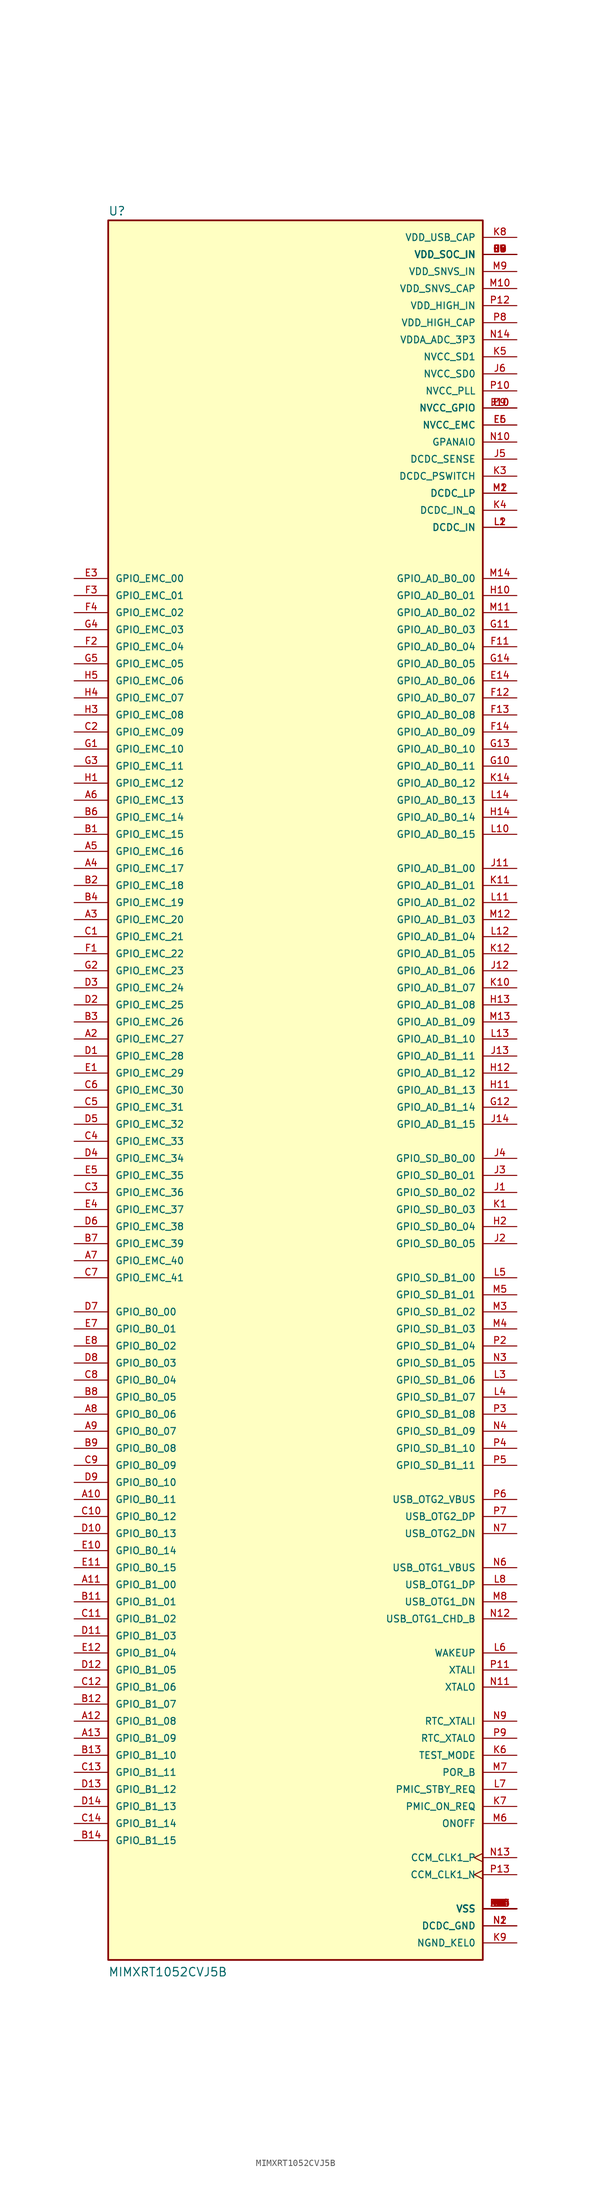
<source format=kicad_sym>
(kicad_symbol_lib
  (version 20231120)
  (generator "kicad_symbol_editor")
  (generator_version "8.0")
  (symbol "MIMXRT1052CVJ5B"
    (pin_names
      (offset 1.016))
    (property "Reference" "U"
      (at -27.94 130.175 0)
      (effects (font (size 1.27 1.27)) (justify left bottom)))
    (property "Value" "MIMXRT1052CVJ5B"
      (at -27.94 -132.08 0)
      (effects (font (size 1.27 1.27)) (justify left bottom)))
    (symbol "MIMXRT1052CVJ5B_0_0"
      (rectangle (start -27.94 -129.54) (end 27.94 129.54) (stroke (width 0.254) (type default)) (fill (type background)))
      (pin power_in line (at 33.02 -121.92 180) (length 5.08) (name "VSS" (effects (font (size 1.016 1.016)))) (number "A1" (effects (font (size 1.016 1.016)))))
      (pin bidirectional line (at -33.02 -60.96 0) (length 5.08) (name "GPIO_B0_11" (effects (font (size 1.016 1.016)))) (number "A10" (effects (font (size 1.016 1.016)))))
      (pin bidirectional line (at -33.02 -73.66 0) (length 5.08) (name "GPIO_B1_00" (effects (font (size 1.016 1.016)))) (number "A11" (effects (font (size 1.016 1.016)))))
      (pin bidirectional line (at -33.02 -93.98 0) (length 5.08) (name "GPIO_B1_08" (effects (font (size 1.016 1.016)))) (number "A12" (effects (font (size 1.016 1.016)))))
      (pin bidirectional line (at -33.02 -96.52 0) (length 5.08) (name "GPIO_B1_09" (effects (font (size 1.016 1.016)))) (number "A13" (effects (font (size 1.016 1.016)))))
      (pin power_in line (at 33.02 -121.92 180) (length 5.08) (name "VSS" (effects (font (size 1.016 1.016)))) (number "A14" (effects (font (size 1.016 1.016)))))
      (pin bidirectional line (at -33.02 7.62 0) (length 5.08) (name "GPIO_EMC_27" (effects (font (size 1.016 1.016)))) (number "A2" (effects (font (size 1.016 1.016)))))
      (pin bidirectional line (at -33.02 25.4 0) (length 5.08) (name "GPIO_EMC_20" (effects (font (size 1.016 1.016)))) (number "A3" (effects (font (size 1.016 1.016)))))
      (pin bidirectional line (at -33.02 33.02 0) (length 5.08) (name "GPIO_EMC_17" (effects (font (size 1.016 1.016)))) (number "A4" (effects (font (size 1.016 1.016)))))
      (pin bidirectional line (at -33.02 35.56 0) (length 5.08) (name "GPIO_EMC_16" (effects (font (size 1.016 1.016)))) (number "A5" (effects (font (size 1.016 1.016)))))
      (pin bidirectional line (at -33.02 43.18 0) (length 5.08) (name "GPIO_EMC_13" (effects (font (size 1.016 1.016)))) (number "A6" (effects (font (size 1.016 1.016)))))
      (pin bidirectional line (at -33.02 -25.4 0) (length 5.08) (name "GPIO_EMC_40" (effects (font (size 1.016 1.016)))) (number "A7" (effects (font (size 1.016 1.016)))))
      (pin bidirectional line (at -33.02 -48.26 0) (length 5.08) (name "GPIO_B0_06" (effects (font (size 1.016 1.016)))) (number "A8" (effects (font (size 1.016 1.016)))))
      (pin bidirectional line (at -33.02 -50.8 0) (length 5.08) (name "GPIO_B0_07" (effects (font (size 1.016 1.016)))) (number "A9" (effects (font (size 1.016 1.016)))))
      (pin bidirectional line (at -33.02 38.1 0) (length 5.08) (name "GPIO_EMC_15" (effects (font (size 1.016 1.016)))) (number "B1" (effects (font (size 1.016 1.016)))))
      (pin power_in line (at 33.02 -121.92 180) (length 5.08) (name "VSS" (effects (font (size 1.016 1.016)))) (number "B10" (effects (font (size 1.016 1.016)))))
      (pin bidirectional line (at -33.02 -76.2 0) (length 5.08) (name "GPIO_B1_01" (effects (font (size 1.016 1.016)))) (number "B11" (effects (font (size 1.016 1.016)))))
      (pin bidirectional line (at -33.02 -91.44 0) (length 5.08) (name "GPIO_B1_07" (effects (font (size 1.016 1.016)))) (number "B12" (effects (font (size 1.016 1.016)))))
      (pin bidirectional line (at -33.02 -99.06 0) (length 5.08) (name "GPIO_B1_10" (effects (font (size 1.016 1.016)))) (number "B13" (effects (font (size 1.016 1.016)))))
      (pin bidirectional line (at -33.02 -111.76 0) (length 5.08) (name "GPIO_B1_15" (effects (font (size 1.016 1.016)))) (number "B14" (effects (font (size 1.016 1.016)))))
      (pin bidirectional line (at -33.02 30.48 0) (length 5.08) (name "GPIO_EMC_18" (effects (font (size 1.016 1.016)))) (number "B2" (effects (font (size 1.016 1.016)))))
      (pin bidirectional line (at -33.02 10.16 0) (length 5.08) (name "GPIO_EMC_26" (effects (font (size 1.016 1.016)))) (number "B3" (effects (font (size 1.016 1.016)))))
      (pin bidirectional line (at -33.02 27.94 0) (length 5.08) (name "GPIO_EMC_19" (effects (font (size 1.016 1.016)))) (number "B4" (effects (font (size 1.016 1.016)))))
      (pin power_in line (at 33.02 -121.92 180) (length 5.08) (name "VSS" (effects (font (size 1.016 1.016)))) (number "B5" (effects (font (size 1.016 1.016)))))
      (pin bidirectional line (at -33.02 40.64 0) (length 5.08) (name "GPIO_EMC_14" (effects (font (size 1.016 1.016)))) (number "B6" (effects (font (size 1.016 1.016)))))
      (pin bidirectional line (at -33.02 -22.86 0) (length 5.08) (name "GPIO_EMC_39" (effects (font (size 1.016 1.016)))) (number "B7" (effects (font (size 1.016 1.016)))))
      (pin bidirectional line (at -33.02 -45.72 0) (length 5.08) (name "GPIO_B0_05" (effects (font (size 1.016 1.016)))) (number "B8" (effects (font (size 1.016 1.016)))))
      (pin bidirectional line (at -33.02 -53.34 0) (length 5.08) (name "GPIO_B0_08" (effects (font (size 1.016 1.016)))) (number "B9" (effects (font (size 1.016 1.016)))))
      (pin bidirectional line (at -33.02 22.86 0) (length 5.08) (name "GPIO_EMC_21" (effects (font (size 1.016 1.016)))) (number "C1" (effects (font (size 1.016 1.016)))))
      (pin bidirectional line (at -33.02 -63.5 0) (length 5.08) (name "GPIO_B0_12" (effects (font (size 1.016 1.016)))) (number "C10" (effects (font (size 1.016 1.016)))))
      (pin bidirectional line (at -33.02 -78.74 0) (length 5.08) (name "GPIO_B1_02" (effects (font (size 1.016 1.016)))) (number "C11" (effects (font (size 1.016 1.016)))))
      (pin bidirectional line (at -33.02 -88.9 0) (length 5.08) (name "GPIO_B1_06" (effects (font (size 1.016 1.016)))) (number "C12" (effects (font (size 1.016 1.016)))))
      (pin bidirectional line (at -33.02 -101.6 0) (length 5.08) (name "GPIO_B1_11" (effects (font (size 1.016 1.016)))) (number "C13" (effects (font (size 1.016 1.016)))))
      (pin bidirectional line (at -33.02 -109.22 0) (length 5.08) (name "GPIO_B1_14" (effects (font (size 1.016 1.016)))) (number "C14" (effects (font (size 1.016 1.016)))))
      (pin bidirectional line (at -33.02 53.34 0) (length 5.08) (name "GPIO_EMC_09" (effects (font (size 1.016 1.016)))) (number "C2" (effects (font (size 1.016 1.016)))))
      (pin bidirectional line (at -33.02 -15.24 0) (length 5.08) (name "GPIO_EMC_36" (effects (font (size 1.016 1.016)))) (number "C3" (effects (font (size 1.016 1.016)))))
      (pin bidirectional line (at -33.02 -7.62 0) (length 5.08) (name "GPIO_EMC_33" (effects (font (size 1.016 1.016)))) (number "C4" (effects (font (size 1.016 1.016)))))
      (pin bidirectional line (at -33.02 -2.54 0) (length 5.08) (name "GPIO_EMC_31" (effects (font (size 1.016 1.016)))) (number "C5" (effects (font (size 1.016 1.016)))))
      (pin bidirectional line (at -33.02 0 0) (length 5.08) (name "GPIO_EMC_30" (effects (font (size 1.016 1.016)))) (number "C6" (effects (font (size 1.016 1.016)))))
      (pin bidirectional line (at -33.02 -27.94 0) (length 5.08) (name "GPIO_EMC_41" (effects (font (size 1.016 1.016)))) (number "C7" (effects (font (size 1.016 1.016)))))
      (pin bidirectional line (at -33.02 -43.18 0) (length 5.08) (name "GPIO_B0_04" (effects (font (size 1.016 1.016)))) (number "C8" (effects (font (size 1.016 1.016)))))
      (pin bidirectional line (at -33.02 -55.88 0) (length 5.08) (name "GPIO_B0_09" (effects (font (size 1.016 1.016)))) (number "C9" (effects (font (size 1.016 1.016)))))
      (pin bidirectional line (at -33.02 5.08 0) (length 5.08) (name "GPIO_EMC_28" (effects (font (size 1.016 1.016)))) (number "D1" (effects (font (size 1.016 1.016)))))
      (pin bidirectional line (at -33.02 -66.04 0) (length 5.08) (name "GPIO_B0_13" (effects (font (size 1.016 1.016)))) (number "D10" (effects (font (size 1.016 1.016)))))
      (pin bidirectional line (at -33.02 -81.28 0) (length 5.08) (name "GPIO_B1_03" (effects (font (size 1.016 1.016)))) (number "D11" (effects (font (size 1.016 1.016)))))
      (pin bidirectional line (at -33.02 -86.36 0) (length 5.08) (name "GPIO_B1_05" (effects (font (size 1.016 1.016)))) (number "D12" (effects (font (size 1.016 1.016)))))
      (pin bidirectional line (at -33.02 -104.14 0) (length 5.08) (name "GPIO_B1_12" (effects (font (size 1.016 1.016)))) (number "D13" (effects (font (size 1.016 1.016)))))
      (pin bidirectional line (at -33.02 -106.68 0) (length 5.08) (name "GPIO_B1_13" (effects (font (size 1.016 1.016)))) (number "D14" (effects (font (size 1.016 1.016)))))
      (pin bidirectional line (at -33.02 12.7 0) (length 5.08) (name "GPIO_EMC_25" (effects (font (size 1.016 1.016)))) (number "D2" (effects (font (size 1.016 1.016)))))
      (pin bidirectional line (at -33.02 15.24 0) (length 5.08) (name "GPIO_EMC_24" (effects (font (size 1.016 1.016)))) (number "D3" (effects (font (size 1.016 1.016)))))
      (pin bidirectional line (at -33.02 -10.16 0) (length 5.08) (name "GPIO_EMC_34" (effects (font (size 1.016 1.016)))) (number "D4" (effects (font (size 1.016 1.016)))))
      (pin bidirectional line (at -33.02 -5.08 0) (length 5.08) (name "GPIO_EMC_32" (effects (font (size 1.016 1.016)))) (number "D5" (effects (font (size 1.016 1.016)))))
      (pin bidirectional line (at -33.02 -20.32 0) (length 5.08) (name "GPIO_EMC_38" (effects (font (size 1.016 1.016)))) (number "D6" (effects (font (size 1.016 1.016)))))
      (pin bidirectional line (at -33.02 -33.02 0) (length 5.08) (name "GPIO_B0_00" (effects (font (size 1.016 1.016)))) (number "D7" (effects (font (size 1.016 1.016)))))
      (pin bidirectional line (at -33.02 -40.64 0) (length 5.08) (name "GPIO_B0_03" (effects (font (size 1.016 1.016)))) (number "D8" (effects (font (size 1.016 1.016)))))
      (pin bidirectional line (at -33.02 -58.42 0) (length 5.08) (name "GPIO_B0_10" (effects (font (size 1.016 1.016)))) (number "D9" (effects (font (size 1.016 1.016)))))
      (pin bidirectional line (at -33.02 2.54 0) (length 5.08) (name "GPIO_EMC_29" (effects (font (size 1.016 1.016)))) (number "E1" (effects (font (size 1.016 1.016)))))
      (pin bidirectional line (at -33.02 -68.58 0) (length 5.08) (name "GPIO_B0_14" (effects (font (size 1.016 1.016)))) (number "E10" (effects (font (size 1.016 1.016)))))
      (pin bidirectional line (at -33.02 -71.12 0) (length 5.08) (name "GPIO_B0_15" (effects (font (size 1.016 1.016)))) (number "E11" (effects (font (size 1.016 1.016)))))
      (pin bidirectional line (at -33.02 -83.82 0) (length 5.08) (name "GPIO_B1_04" (effects (font (size 1.016 1.016)))) (number "E12" (effects (font (size 1.016 1.016)))))
      (pin power_in line (at 33.02 -121.92 180) (length 5.08) (name "VSS" (effects (font (size 1.016 1.016)))) (number "E13" (effects (font (size 1.016 1.016)))))
      (pin bidirectional line (at 33.02 60.96 180) (length 5.08) (name "GPIO_AD_B0_06" (effects (font (size 1.016 1.016)))) (number "E14" (effects (font (size 1.016 1.016)))))
      (pin power_in line (at 33.02 -121.92 180) (length 5.08) (name "VSS" (effects (font (size 1.016 1.016)))) (number "E2" (effects (font (size 1.016 1.016)))))
      (pin bidirectional line (at -33.02 76.2 0) (length 5.08) (name "GPIO_EMC_00" (effects (font (size 1.016 1.016)))) (number "E3" (effects (font (size 1.016 1.016)))))
      (pin bidirectional line (at -33.02 -17.78 0) (length 5.08) (name "GPIO_EMC_37" (effects (font (size 1.016 1.016)))) (number "E4" (effects (font (size 1.016 1.016)))))
      (pin bidirectional line (at -33.02 -12.7 0) (length 5.08) (name "GPIO_EMC_35" (effects (font (size 1.016 1.016)))) (number "E5" (effects (font (size 1.016 1.016)))))
      (pin power_in line (at 33.02 99.06 180) (length 5.08) (name "NVCC_EMC" (effects (font (size 1.016 1.016)))) (number "E6" (effects (font (size 1.016 1.016)))))
      (pin bidirectional line (at -33.02 -35.56 0) (length 5.08) (name "GPIO_B0_01" (effects (font (size 1.016 1.016)))) (number "E7" (effects (font (size 1.016 1.016)))))
      (pin bidirectional line (at -33.02 -38.1 0) (length 5.08) (name "GPIO_B0_02" (effects (font (size 1.016 1.016)))) (number "E8" (effects (font (size 1.016 1.016)))))
      (pin power_in line (at 33.02 101.6 180) (length 5.08) (name "NVCC_GPIO" (effects (font (size 1.016 1.016)))) (number "E9" (effects (font (size 1.016 1.016)))))
      (pin bidirectional line (at -33.02 20.32 0) (length 5.08) (name "GPIO_EMC_22" (effects (font (size 1.016 1.016)))) (number "F1" (effects (font (size 1.016 1.016)))))
      (pin power_in line (at 33.02 101.6 180) (length 5.08) (name "NVCC_GPIO" (effects (font (size 1.016 1.016)))) (number "F10" (effects (font (size 1.016 1.016)))))
      (pin bidirectional line (at 33.02 66.04 180) (length 5.08) (name "GPIO_AD_B0_04" (effects (font (size 1.016 1.016)))) (number "F11" (effects (font (size 1.016 1.016)))))
      (pin bidirectional line (at 33.02 58.42 180) (length 5.08) (name "GPIO_AD_B0_07" (effects (font (size 1.016 1.016)))) (number "F12" (effects (font (size 1.016 1.016)))))
      (pin bidirectional line (at 33.02 55.88 180) (length 5.08) (name "GPIO_AD_B0_08" (effects (font (size 1.016 1.016)))) (number "F13" (effects (font (size 1.016 1.016)))))
      (pin bidirectional line (at 33.02 53.34 180) (length 5.08) (name "GPIO_AD_B0_09" (effects (font (size 1.016 1.016)))) (number "F14" (effects (font (size 1.016 1.016)))))
      (pin bidirectional line (at -33.02 66.04 0) (length 5.08) (name "GPIO_EMC_04" (effects (font (size 1.016 1.016)))) (number "F2" (effects (font (size 1.016 1.016)))))
      (pin bidirectional line (at -33.02 73.66 0) (length 5.08) (name "GPIO_EMC_01" (effects (font (size 1.016 1.016)))) (number "F3" (effects (font (size 1.016 1.016)))))
      (pin bidirectional line (at -33.02 71.12 0) (length 5.08) (name "GPIO_EMC_02" (effects (font (size 1.016 1.016)))) (number "F4" (effects (font (size 1.016 1.016)))))
      (pin power_in line (at 33.02 99.06 180) (length 5.08) (name "NVCC_EMC" (effects (font (size 1.016 1.016)))) (number "F5" (effects (font (size 1.016 1.016)))))
      (pin power_in line (at 33.02 124.46 180) (length 5.08) (name "VDD_SOC_IN" (effects (font (size 1.016 1.016)))) (number "F6" (effects (font (size 1.016 1.016)))))
      (pin power_in line (at 33.02 124.46 180) (length 5.08) (name "VDD_SOC_IN" (effects (font (size 1.016 1.016)))) (number "F7" (effects (font (size 1.016 1.016)))))
      (pin power_in line (at 33.02 124.46 180) (length 5.08) (name "VDD_SOC_IN" (effects (font (size 1.016 1.016)))) (number "F8" (effects (font (size 1.016 1.016)))))
      (pin power_in line (at 33.02 124.46 180) (length 5.08) (name "VDD_SOC_IN" (effects (font (size 1.016 1.016)))) (number "F9" (effects (font (size 1.016 1.016)))))
      (pin bidirectional line (at -33.02 50.8 0) (length 5.08) (name "GPIO_EMC_10" (effects (font (size 1.016 1.016)))) (number "G1" (effects (font (size 1.016 1.016)))))
      (pin bidirectional line (at 33.02 48.26 180) (length 5.08) (name "GPIO_AD_B0_11" (effects (font (size 1.016 1.016)))) (number "G10" (effects (font (size 1.016 1.016)))))
      (pin bidirectional line (at 33.02 68.58 180) (length 5.08) (name "GPIO_AD_B0_03" (effects (font (size 1.016 1.016)))) (number "G11" (effects (font (size 1.016 1.016)))))
      (pin bidirectional line (at 33.02 -2.54 180) (length 5.08) (name "GPIO_AD_B1_14" (effects (font (size 1.016 1.016)))) (number "G12" (effects (font (size 1.016 1.016)))))
      (pin bidirectional line (at 33.02 50.8 180) (length 5.08) (name "GPIO_AD_B0_10" (effects (font (size 1.016 1.016)))) (number "G13" (effects (font (size 1.016 1.016)))))
      (pin bidirectional line (at 33.02 63.5 180) (length 5.08) (name "GPIO_AD_B0_05" (effects (font (size 1.016 1.016)))) (number "G14" (effects (font (size 1.016 1.016)))))
      (pin bidirectional line (at -33.02 17.78 0) (length 5.08) (name "GPIO_EMC_23" (effects (font (size 1.016 1.016)))) (number "G2" (effects (font (size 1.016 1.016)))))
      (pin bidirectional line (at -33.02 48.26 0) (length 5.08) (name "GPIO_EMC_11" (effects (font (size 1.016 1.016)))) (number "G3" (effects (font (size 1.016 1.016)))))
      (pin bidirectional line (at -33.02 68.58 0) (length 5.08) (name "GPIO_EMC_03" (effects (font (size 1.016 1.016)))) (number "G4" (effects (font (size 1.016 1.016)))))
      (pin bidirectional line (at -33.02 63.5 0) (length 5.08) (name "GPIO_EMC_05" (effects (font (size 1.016 1.016)))) (number "G5" (effects (font (size 1.016 1.016)))))
      (pin power_in line (at 33.02 124.46 180) (length 5.08) (name "VDD_SOC_IN" (effects (font (size 1.016 1.016)))) (number "G6" (effects (font (size 1.016 1.016)))))
      (pin power_in line (at 33.02 -121.92 180) (length 5.08) (name "VSS" (effects (font (size 1.016 1.016)))) (number "G7" (effects (font (size 1.016 1.016)))))
      (pin power_in line (at 33.02 -121.92 180) (length 5.08) (name "VSS" (effects (font (size 1.016 1.016)))) (number "G8" (effects (font (size 1.016 1.016)))))
      (pin power_in line (at 33.02 124.46 180) (length 5.08) (name "VDD_SOC_IN" (effects (font (size 1.016 1.016)))) (number "G9" (effects (font (size 1.016 1.016)))))
      (pin bidirectional line (at -33.02 45.72 0) (length 5.08) (name "GPIO_EMC_12" (effects (font (size 1.016 1.016)))) (number "H1" (effects (font (size 1.016 1.016)))))
      (pin bidirectional line (at 33.02 73.66 180) (length 5.08) (name "GPIO_AD_B0_01" (effects (font (size 1.016 1.016)))) (number "H10" (effects (font (size 1.016 1.016)))))
      (pin bidirectional line (at 33.02 0 180) (length 5.08) (name "GPIO_AD_B1_13" (effects (font (size 1.016 1.016)))) (number "H11" (effects (font (size 1.016 1.016)))))
      (pin bidirectional line (at 33.02 2.54 180) (length 5.08) (name "GPIO_AD_B1_12" (effects (font (size 1.016 1.016)))) (number "H12" (effects (font (size 1.016 1.016)))))
      (pin bidirectional line (at 33.02 12.7 180) (length 5.08) (name "GPIO_AD_B1_08" (effects (font (size 1.016 1.016)))) (number "H13" (effects (font (size 1.016 1.016)))))
      (pin bidirectional line (at 33.02 40.64 180) (length 5.08) (name "GPIO_AD_B0_14" (effects (font (size 1.016 1.016)))) (number "H14" (effects (font (size 1.016 1.016)))))
      (pin bidirectional line (at 33.02 -20.32 180) (length 5.08) (name "GPIO_SD_B0_04" (effects (font (size 1.016 1.016)))) (number "H2" (effects (font (size 1.016 1.016)))))
      (pin bidirectional line (at -33.02 55.88 0) (length 5.08) (name "GPIO_EMC_08" (effects (font (size 1.016 1.016)))) (number "H3" (effects (font (size 1.016 1.016)))))
      (pin bidirectional line (at -33.02 58.42 0) (length 5.08) (name "GPIO_EMC_07" (effects (font (size 1.016 1.016)))) (number "H4" (effects (font (size 1.016 1.016)))))
      (pin bidirectional line (at -33.02 60.96 0) (length 5.08) (name "GPIO_EMC_06" (effects (font (size 1.016 1.016)))) (number "H5" (effects (font (size 1.016 1.016)))))
      (pin power_in line (at 33.02 124.46 180) (length 5.08) (name "VDD_SOC_IN" (effects (font (size 1.016 1.016)))) (number "H6" (effects (font (size 1.016 1.016)))))
      (pin power_in line (at 33.02 -121.92 180) (length 5.08) (name "VSS" (effects (font (size 1.016 1.016)))) (number "H7" (effects (font (size 1.016 1.016)))))
      (pin power_in line (at 33.02 -121.92 180) (length 5.08) (name "VSS" (effects (font (size 1.016 1.016)))) (number "H8" (effects (font (size 1.016 1.016)))))
      (pin power_in line (at 33.02 124.46 180) (length 5.08) (name "VDD_SOC_IN" (effects (font (size 1.016 1.016)))) (number "H9" (effects (font (size 1.016 1.016)))))
      (pin bidirectional line (at 33.02 -15.24 180) (length 5.08) (name "GPIO_SD_B0_02" (effects (font (size 1.016 1.016)))) (number "J1" (effects (font (size 1.016 1.016)))))
      (pin power_in line (at 33.02 101.6 180) (length 5.08) (name "NVCC_GPIO" (effects (font (size 1.016 1.016)))) (number "J10" (effects (font (size 1.016 1.016)))))
      (pin bidirectional line (at 33.02 33.02 180) (length 5.08) (name "GPIO_AD_B1_00" (effects (font (size 1.016 1.016)))) (number "J11" (effects (font (size 1.016 1.016)))))
      (pin bidirectional line (at 33.02 17.78 180) (length 5.08) (name "GPIO_AD_B1_06" (effects (font (size 1.016 1.016)))) (number "J12" (effects (font (size 1.016 1.016)))))
      (pin bidirectional line (at 33.02 5.08 180) (length 5.08) (name "GPIO_AD_B1_11" (effects (font (size 1.016 1.016)))) (number "J13" (effects (font (size 1.016 1.016)))))
      (pin bidirectional line (at 33.02 -5.08 180) (length 5.08) (name "GPIO_AD_B1_15" (effects (font (size 1.016 1.016)))) (number "J14" (effects (font (size 1.016 1.016)))))
      (pin bidirectional line (at 33.02 -22.86 180) (length 5.08) (name "GPIO_SD_B0_05" (effects (font (size 1.016 1.016)))) (number "J2" (effects (font (size 1.016 1.016)))))
      (pin bidirectional line (at 33.02 -12.7 180) (length 5.08) (name "GPIO_SD_B0_01" (effects (font (size 1.016 1.016)))) (number "J3" (effects (font (size 1.016 1.016)))))
      (pin bidirectional line (at 33.02 -10.16 180) (length 5.08) (name "GPIO_SD_B0_00" (effects (font (size 1.016 1.016)))) (number "J4" (effects (font (size 1.016 1.016)))))
      (pin power_in line (at 33.02 93.98 180) (length 5.08) (name "DCDC_SENSE" (effects (font (size 1.016 1.016)))) (number "J5" (effects (font (size 1.016 1.016)))))
      (pin power_in line (at 33.02 106.68 180) (length 5.08) (name "NVCC_SD0" (effects (font (size 1.016 1.016)))) (number "J6" (effects (font (size 1.016 1.016)))))
      (pin power_in line (at 33.02 -121.92 180) (length 5.08) (name "VSS" (effects (font (size 1.016 1.016)))) (number "J7" (effects (font (size 1.016 1.016)))))
      (pin power_in line (at 33.02 -121.92 180) (length 5.08) (name "VSS" (effects (font (size 1.016 1.016)))) (number "J8" (effects (font (size 1.016 1.016)))))
      (pin power_in line (at 33.02 124.46 180) (length 5.08) (name "VDD_SOC_IN" (effects (font (size 1.016 1.016)))) (number "J9" (effects (font (size 1.016 1.016)))))
      (pin bidirectional line (at 33.02 -17.78 180) (length 5.08) (name "GPIO_SD_B0_03" (effects (font (size 1.016 1.016)))) (number "K1" (effects (font (size 1.016 1.016)))))
      (pin bidirectional line (at 33.02 15.24 180) (length 5.08) (name "GPIO_AD_B1_07" (effects (font (size 1.016 1.016)))) (number "K10" (effects (font (size 1.016 1.016)))))
      (pin bidirectional line (at 33.02 30.48 180) (length 5.08) (name "GPIO_AD_B1_01" (effects (font (size 1.016 1.016)))) (number "K11" (effects (font (size 1.016 1.016)))))
      (pin bidirectional line (at 33.02 20.32 180) (length 5.08) (name "GPIO_AD_B1_05" (effects (font (size 1.016 1.016)))) (number "K12" (effects (font (size 1.016 1.016)))))
      (pin power_in line (at 33.02 -121.92 180) (length 5.08) (name "VSS" (effects (font (size 1.016 1.016)))) (number "K13" (effects (font (size 1.016 1.016)))))
      (pin bidirectional line (at 33.02 45.72 180) (length 5.08) (name "GPIO_AD_B0_12" (effects (font (size 1.016 1.016)))) (number "K14" (effects (font (size 1.016 1.016)))))
      (pin power_in line (at 33.02 -121.92 180) (length 5.08) (name "VSS" (effects (font (size 1.016 1.016)))) (number "K2" (effects (font (size 1.016 1.016)))))
      (pin power_in line (at 33.02 91.44 180) (length 5.08) (name "DCDC_PSWITCH" (effects (font (size 1.016 1.016)))) (number "K3" (effects (font (size 1.016 1.016)))))
      (pin power_in line (at 33.02 86.36 180) (length 5.08) (name "DCDC_IN_Q" (effects (font (size 1.016 1.016)))) (number "K4" (effects (font (size 1.016 1.016)))))
      (pin power_in line (at 33.02 109.22 180) (length 5.08) (name "NVCC_SD1" (effects (font (size 1.016 1.016)))) (number "K5" (effects (font (size 1.016 1.016)))))
      (pin bidirectional line (at 33.02 -99.06 180) (length 5.08) (name "TEST_MODE" (effects (font (size 1.016 1.016)))) (number "K6" (effects (font (size 1.016 1.016)))))
      (pin bidirectional line (at 33.02 -106.68 180) (length 5.08) (name "PMIC_ON_REQ" (effects (font (size 1.016 1.016)))) (number "K7" (effects (font (size 1.016 1.016)))))
      (pin power_in line (at 33.02 127 180) (length 5.08) (name "VDD_USB_CAP" (effects (font (size 1.016 1.016)))) (number "K8" (effects (font (size 1.016 1.016)))))
      (pin power_in line (at 33.02 -127 180) (length 5.08) (name "NGND_KEL0" (effects (font (size 1.016 1.016)))) (number "K9" (effects (font (size 1.016 1.016)))))
      (pin power_in line (at 33.02 83.82 180) (length 5.08) (name "DCDC_IN" (effects (font (size 1.016 1.016)))) (number "L1" (effects (font (size 1.016 1.016)))))
      (pin bidirectional line (at 33.02 38.1 180) (length 5.08) (name "GPIO_AD_B0_15" (effects (font (size 1.016 1.016)))) (number "L10" (effects (font (size 1.016 1.016)))))
      (pin bidirectional line (at 33.02 27.94 180) (length 5.08) (name "GPIO_AD_B1_02" (effects (font (size 1.016 1.016)))) (number "L11" (effects (font (size 1.016 1.016)))))
      (pin bidirectional line (at 33.02 22.86 180) (length 5.08) (name "GPIO_AD_B1_04" (effects (font (size 1.016 1.016)))) (number "L12" (effects (font (size 1.016 1.016)))))
      (pin bidirectional line (at 33.02 7.62 180) (length 5.08) (name "GPIO_AD_B1_10" (effects (font (size 1.016 1.016)))) (number "L13" (effects (font (size 1.016 1.016)))))
      (pin bidirectional line (at 33.02 43.18 180) (length 5.08) (name "GPIO_AD_B0_13" (effects (font (size 1.016 1.016)))) (number "L14" (effects (font (size 1.016 1.016)))))
      (pin power_in line (at 33.02 83.82 180) (length 5.08) (name "DCDC_IN" (effects (font (size 1.016 1.016)))) (number "L2" (effects (font (size 1.016 1.016)))))
      (pin bidirectional line (at 33.02 -43.18 180) (length 5.08) (name "GPIO_SD_B1_06" (effects (font (size 1.016 1.016)))) (number "L3" (effects (font (size 1.016 1.016)))))
      (pin bidirectional line (at 33.02 -45.72 180) (length 5.08) (name "GPIO_SD_B1_07" (effects (font (size 1.016 1.016)))) (number "L4" (effects (font (size 1.016 1.016)))))
      (pin bidirectional line (at 33.02 -27.94 180) (length 5.08) (name "GPIO_SD_B1_00" (effects (font (size 1.016 1.016)))) (number "L5" (effects (font (size 1.016 1.016)))))
      (pin bidirectional line (at 33.02 -83.82 180) (length 5.08) (name "WAKEUP" (effects (font (size 1.016 1.016)))) (number "L6" (effects (font (size 1.016 1.016)))))
      (pin bidirectional line (at 33.02 -104.14 180) (length 5.08) (name "PMIC_STBY_REQ" (effects (font (size 1.016 1.016)))) (number "L7" (effects (font (size 1.016 1.016)))))
      (pin bidirectional line (at 33.02 -73.66 180) (length 5.08) (name "USB_OTG1_DP" (effects (font (size 1.016 1.016)))) (number "L8" (effects (font (size 1.016 1.016)))))
      (pin power_in line (at 33.02 -121.92 180) (length 5.08) (name "VSS" (effects (font (size 1.016 1.016)))) (number "L9" (effects (font (size 1.016 1.016)))))
      (pin power_in line (at 33.02 88.9 180) (length 5.08) (name "DCDC_LP" (effects (font (size 1.016 1.016)))) (number "M1" (effects (font (size 1.016 1.016)))))
      (pin power_in line (at 33.02 119.38 180) (length 5.08) (name "VDD_SNVS_CAP" (effects (font (size 1.016 1.016)))) (number "M10" (effects (font (size 1.016 1.016)))))
      (pin bidirectional line (at 33.02 71.12 180) (length 5.08) (name "GPIO_AD_B0_02" (effects (font (size 1.016 1.016)))) (number "M11" (effects (font (size 1.016 1.016)))))
      (pin bidirectional line (at 33.02 25.4 180) (length 5.08) (name "GPIO_AD_B1_03" (effects (font (size 1.016 1.016)))) (number "M12" (effects (font (size 1.016 1.016)))))
      (pin bidirectional line (at 33.02 10.16 180) (length 5.08) (name "GPIO_AD_B1_09" (effects (font (size 1.016 1.016)))) (number "M13" (effects (font (size 1.016 1.016)))))
      (pin bidirectional line (at 33.02 76.2 180) (length 5.08) (name "GPIO_AD_B0_00" (effects (font (size 1.016 1.016)))) (number "M14" (effects (font (size 1.016 1.016)))))
      (pin power_in line (at 33.02 88.9 180) (length 5.08) (name "DCDC_LP" (effects (font (size 1.016 1.016)))) (number "M2" (effects (font (size 1.016 1.016)))))
      (pin bidirectional line (at 33.02 -33.02 180) (length 5.08) (name "GPIO_SD_B1_02" (effects (font (size 1.016 1.016)))) (number "M3" (effects (font (size 1.016 1.016)))))
      (pin bidirectional line (at 33.02 -35.56 180) (length 5.08) (name "GPIO_SD_B1_03" (effects (font (size 1.016 1.016)))) (number "M4" (effects (font (size 1.016 1.016)))))
      (pin bidirectional line (at 33.02 -30.48 180) (length 5.08) (name "GPIO_SD_B1_01" (effects (font (size 1.016 1.016)))) (number "M5" (effects (font (size 1.016 1.016)))))
      (pin bidirectional line (at 33.02 -109.22 180) (length 5.08) (name "ONOFF" (effects (font (size 1.016 1.016)))) (number "M6" (effects (font (size 1.016 1.016)))))
      (pin bidirectional line (at 33.02 -101.6 180) (length 5.08) (name "POR_B" (effects (font (size 1.016 1.016)))) (number "M7" (effects (font (size 1.016 1.016)))))
      (pin bidirectional line (at 33.02 -76.2 180) (length 5.08) (name "USB_OTG1_DN" (effects (font (size 1.016 1.016)))) (number "M8" (effects (font (size 1.016 1.016)))))
      (pin power_in line (at 33.02 121.92 180) (length 5.08) (name "VDD_SNVS_IN" (effects (font (size 1.016 1.016)))) (number "M9" (effects (font (size 1.016 1.016)))))
      (pin power_in line (at 33.02 -124.46 180) (length 5.08) (name "DCDC_GND" (effects (font (size 1.016 1.016)))) (number "N1" (effects (font (size 1.016 1.016)))))
      (pin power_in line (at 33.02 96.52 180) (length 5.08) (name "GPANAIO" (effects (font (size 1.016 1.016)))) (number "N10" (effects (font (size 1.016 1.016)))))
      (pin bidirectional line (at 33.02 -88.9 180) (length 5.08) (name "XTALO" (effects (font (size 1.016 1.016)))) (number "N11" (effects (font (size 1.016 1.016)))))
      (pin bidirectional line (at 33.02 -78.74 180) (length 5.08) (name "USB_OTG1_CHD_B" (effects (font (size 1.016 1.016)))) (number "N12" (effects (font (size 1.016 1.016)))))
      (pin bidirectional clock (at 33.02 -114.3 180) (length 5.08) (name "CCM_CLK1_P" (effects (font (size 1.016 1.016)))) (number "N13" (effects (font (size 1.016 1.016)))))
      (pin power_in line (at 33.02 111.76 180) (length 5.08) (name "VDDA_ADC_3P3" (effects (font (size 1.016 1.016)))) (number "N14" (effects (font (size 1.016 1.016)))))
      (pin power_in line (at 33.02 -124.46 180) (length 5.08) (name "DCDC_GND" (effects (font (size 1.016 1.016)))) (number "N2" (effects (font (size 1.016 1.016)))))
      (pin bidirectional line (at 33.02 -40.64 180) (length 5.08) (name "GPIO_SD_B1_05" (effects (font (size 1.016 1.016)))) (number "N3" (effects (font (size 1.016 1.016)))))
      (pin bidirectional line (at 33.02 -50.8 180) (length 5.08) (name "GPIO_SD_B1_09" (effects (font (size 1.016 1.016)))) (number "N4" (effects (font (size 1.016 1.016)))))
      (pin power_in line (at 33.02 -121.92 180) (length 5.08) (name "VSS" (effects (font (size 1.016 1.016)))) (number "N5" (effects (font (size 1.016 1.016)))))
      (pin bidirectional line (at 33.02 -71.12 180) (length 5.08) (name "USB_OTG1_VBUS" (effects (font (size 1.016 1.016)))) (number "N6" (effects (font (size 1.016 1.016)))))
      (pin bidirectional line (at 33.02 -66.04 180) (length 5.08) (name "USB_OTG2_DN" (effects (font (size 1.016 1.016)))) (number "N7" (effects (font (size 1.016 1.016)))))
      (pin power_in line (at 33.02 -121.92 180) (length 5.08) (name "VSS" (effects (font (size 1.016 1.016)))) (number "N8" (effects (font (size 1.016 1.016)))))
      (pin bidirectional line (at 33.02 -93.98 180) (length 5.08) (name "RTC_XTALI" (effects (font (size 1.016 1.016)))) (number "N9" (effects (font (size 1.016 1.016)))))
      (pin power_in line (at 33.02 -121.92 180) (length 5.08) (name "VSS" (effects (font (size 1.016 1.016)))) (number "P1" (effects (font (size 1.016 1.016)))))
      (pin power_in line (at 33.02 104.14 180) (length 5.08) (name "NVCC_PLL" (effects (font (size 1.016 1.016)))) (number "P10" (effects (font (size 1.016 1.016)))))
      (pin bidirectional line (at 33.02 -86.36 180) (length 5.08) (name "XTALI" (effects (font (size 1.016 1.016)))) (number "P11" (effects (font (size 1.016 1.016)))))
      (pin power_in line (at 33.02 116.84 180) (length 5.08) (name "VDD_HIGH_IN" (effects (font (size 1.016 1.016)))) (number "P12" (effects (font (size 1.016 1.016)))))
      (pin bidirectional clock (at 33.02 -116.84 180) (length 5.08) (name "CCM_CLK1_N" (effects (font (size 1.016 1.016)))) (number "P13" (effects (font (size 1.016 1.016)))))
      (pin power_in line (at 33.02 -121.92 180) (length 5.08) (name "VSS" (effects (font (size 1.016 1.016)))) (number "P14" (effects (font (size 1.016 1.016)))))
      (pin bidirectional line (at 33.02 -38.1 180) (length 5.08) (name "GPIO_SD_B1_04" (effects (font (size 1.016 1.016)))) (number "P2" (effects (font (size 1.016 1.016)))))
      (pin bidirectional line (at 33.02 -48.26 180) (length 5.08) (name "GPIO_SD_B1_08" (effects (font (size 1.016 1.016)))) (number "P3" (effects (font (size 1.016 1.016)))))
      (pin bidirectional line (at 33.02 -53.34 180) (length 5.08) (name "GPIO_SD_B1_10" (effects (font (size 1.016 1.016)))) (number "P4" (effects (font (size 1.016 1.016)))))
      (pin bidirectional line (at 33.02 -55.88 180) (length 5.08) (name "GPIO_SD_B1_11" (effects (font (size 1.016 1.016)))) (number "P5" (effects (font (size 1.016 1.016)))))
      (pin bidirectional line (at 33.02 -60.96 180) (length 5.08) (name "USB_OTG2_VBUS" (effects (font (size 1.016 1.016)))) (number "P6" (effects (font (size 1.016 1.016)))))
      (pin bidirectional line (at 33.02 -63.5 180) (length 5.08) (name "USB_OTG2_DP" (effects (font (size 1.016 1.016)))) (number "P7" (effects (font (size 1.016 1.016)))))
      (pin power_in line (at 33.02 114.3 180) (length 5.08) (name "VDD_HIGH_CAP" (effects (font (size 1.016 1.016)))) (number "P8" (effects (font (size 1.016 1.016)))))
      (pin bidirectional line (at 33.02 -96.52 180) (length 5.08) (name "RTC_XTALO" (effects (font (size 1.016 1.016)))) (number "P9" (effects (font (size 1.016 1.016))))))))
</source>
